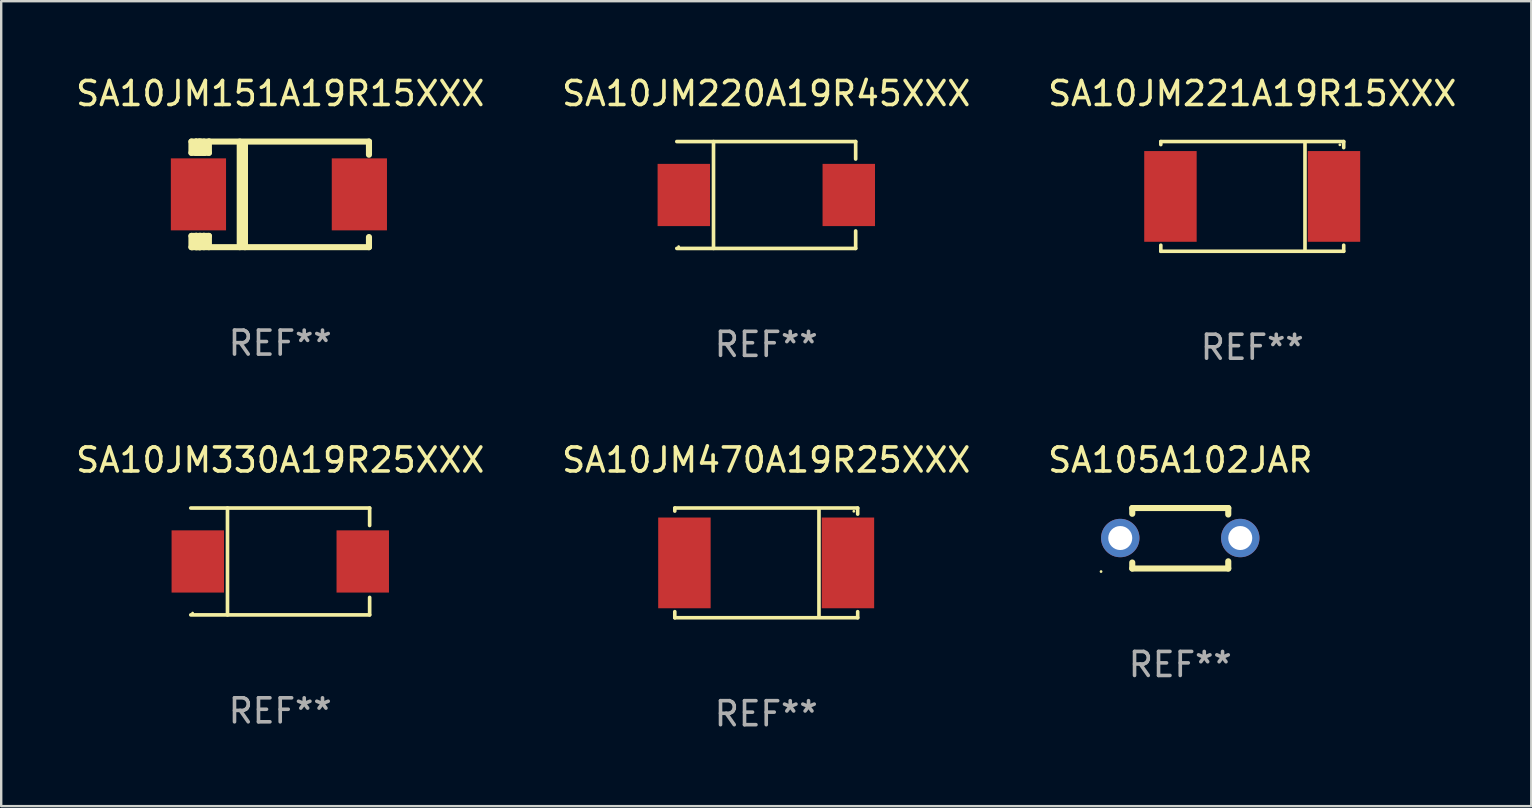
<source format=kicad_pcb>
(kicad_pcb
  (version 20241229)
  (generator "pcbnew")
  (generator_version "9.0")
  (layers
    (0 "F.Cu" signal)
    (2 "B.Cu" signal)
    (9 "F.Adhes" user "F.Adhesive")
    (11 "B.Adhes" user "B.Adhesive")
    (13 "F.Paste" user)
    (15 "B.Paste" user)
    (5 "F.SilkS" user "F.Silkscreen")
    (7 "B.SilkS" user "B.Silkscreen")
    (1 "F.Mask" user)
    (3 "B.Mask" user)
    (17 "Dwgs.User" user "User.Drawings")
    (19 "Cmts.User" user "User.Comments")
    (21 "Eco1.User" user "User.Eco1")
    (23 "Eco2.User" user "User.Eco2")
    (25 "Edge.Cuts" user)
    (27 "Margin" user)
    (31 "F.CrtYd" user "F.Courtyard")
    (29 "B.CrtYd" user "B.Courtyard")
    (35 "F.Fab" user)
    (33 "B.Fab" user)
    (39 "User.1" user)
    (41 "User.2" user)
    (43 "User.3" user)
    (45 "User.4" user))
  (footprint "SA10JM330A19R25XXX"
    (layer "F.Cu")
    (at 8.625 20.343)
    (property "Reference" "SA10JM330A19R25XXX" (at 0 -4.226 0) (layer "F.SilkS") (effects (font (size 1 1) (thickness 0.15))))
    (attr through_hole)
    (fp_line (start -3.726 -2.226) (end 3.726 -2.226) (stroke (width 0.152) (type solid)) (layer "F.SilkS"))
    (fp_line (start -3.726 2.226) (end 3.726 2.226) (stroke (width 0.152) (type solid)) (layer "F.SilkS"))
    (fp_line (start -2.197 -2.226) (end -2.197 2.226) (stroke (width 0.152) (type solid)) (layer "F.SilkS"))
    (fp_line (start 3.726 -2.226) (end 3.726 -1.499) (stroke (width 0.152) (type solid)) (layer "F.SilkS"))
    (fp_line (start 3.726 2.226) (end 3.726 1.499) (stroke (width 0.152) (type solid)) (layer "F.SilkS"))
    (fp_circle (center -3.65 2.15) (end -3.62 2.15) (stroke (width 0.06) (type solid)) (fill no) (layer "F.SilkS"))
    (fp_text user "REF**" (at 0 6.226 0) (layer "F.Fab") (effects (font (size 1 1) (thickness 0.15))))
    (pad "1" smd rect (at -3.434 0 180) (size 2.185 2.592) (layers "F.Cu" "F.Mask" "F.Paste"))
    (pad "2" smd rect (at 3.439 0 180) (size 2.185 2.592) (layers "F.Cu" "F.Mask" "F.Paste")))
  (footprint "SA105A102JAR"
    (layer "F.Cu")
    (at 46.125 19.377)
    (property "Reference" "SA105A102JAR" (at 0 -3.26 0) (layer "F.SilkS") (effects (font (size 1 1) (thickness 0.15))))
    (attr through_hole)
    (fp_line (start -2 -1.26) (end -2 -1.02) (stroke (width 0.254) (type solid)) (layer "F.SilkS"))
    (fp_line (start -2 -1.26) (end 2 -1.26) (stroke (width 0.254) (type solid)) (layer "F.SilkS"))
    (fp_line (start -2 1.26) (end -2 1.01) (stroke (width 0.254) (type solid)) (layer "F.SilkS"))
    (fp_line (start 2 -1.26) (end 2 -0.99) (stroke (width 0.254) (type solid)) (layer "F.SilkS"))
    (fp_line (start 2 1.26) (end -2 1.26) (stroke (width 0.254) (type solid)) (layer "F.SilkS"))
    (fp_line (start 2 1.26) (end 2 0.96) (stroke (width 0.254) (type solid)) (layer "F.SilkS"))
    (fp_circle (center -3.3 1.387) (end -3.27 1.387) (stroke (width 0.06) (type solid)) (fill no) (layer "F.SilkS"))
    (fp_text user "REF**" (at 0 5.26 0) (layer "F.Fab") (effects (font (size 1 1) (thickness 0.15))))
    (pad "1" thru_hole circle (at -2.5 -0.01) (size 1.6 1.6) (drill 1) (layers "*.Cu" "*.Mask"))
    (pad "2" thru_hole circle (at 2.5 -0.01) (size 1.6 1.6) (drill 1) (layers "*.Cu" "*.Mask")))
  (footprint "SA10JM151A19R15XXX"
    (layer "F.Cu")
    (at 8.625 5.048)
    (property "Reference" "SA10JM151A19R15XXX" (at 0 -4.2 0) (layer "F.SilkS") (effects (font (size 1 1) (thickness 0.15))))
    (attr through_hole)
    (fp_line (start -3.698 -2.2) (end -3.502 -2.2) (stroke (width 0.254) (type solid)) (layer "F.SilkS"))
    (fp_line (start -3.698 -1.731) (end -3.698 -2.2) (stroke (width 0.254) (type solid)) (layer "F.SilkS"))
    (fp_line (start -3.698 -1.731) (end -3.502 -1.731) (stroke (width 0.254) (type solid)) (layer "F.SilkS"))
    (fp_line (start -3.698 1.731) (end -3.502 1.731) (stroke (width 0.254) (type solid)) (layer "F.SilkS"))
    (fp_line (start -3.698 2.2) (end -3.698 1.731) (stroke (width 0.254) (type solid)) (layer "F.SilkS"))
    (fp_line (start -3.66 2.2) (end -3.698 2.2) (stroke (width 0.254) (type solid)) (layer "F.SilkS"))
    (fp_line (start -3.66 2.2) (end -3.346 2.2) (stroke (width 0.254) (type solid)) (layer "F.SilkS"))
    (fp_line (start -3.502 -2.2) (end 3.698 -2.2) (stroke (width 0.254) (type solid)) (layer "F.SilkS"))
    (fp_line (start -3.502 -1.731) (end -3.502 -2.2) (stroke (width 0.254) (type solid)) (layer "F.SilkS"))
    (fp_line (start -3.502 1.731) (end -3.502 1.778) (stroke (width 0.254) (type solid)) (layer "F.SilkS"))
    (fp_line (start -3.502 1.731) (end -3.178 1.731) (stroke (width 0.254) (type solid)) (layer "F.SilkS"))
    (fp_line (start -3.502 1.778) (end -3.502 1.731) (stroke (width 0.254) (type solid)) (layer "F.SilkS"))
    (fp_line (start -3.502 2.2) (end -3.502 1.778) (stroke (width 0.254) (type solid)) (layer "F.SilkS"))
    (fp_line (start -3.502 2.2) (end 3.698 2.2) (stroke (width 0.254) (type solid)) (layer "F.SilkS"))
    (fp_line (start -3.367 -2.2) (end -3.367 -1.731) (stroke (width 0.254) (type solid)) (layer "F.SilkS"))
    (fp_line (start -3.346 1.731) (end -3.346 2.2) (stroke (width 0.254) (type solid)) (layer "F.SilkS"))
    (fp_line (start -3.346 2.2) (end -3.346 2.2) (stroke (width 0.254) (type solid)) (layer "F.SilkS"))
    (fp_line (start -3.332 1.731) (end -3.346 1.731) (stroke (width 0.254) (type solid)) (layer "F.SilkS"))
    (fp_line (start -3.303 -2.2) (end -3.367 -2.2) (stroke (width 0.254) (type solid)) (layer "F.SilkS"))
    (fp_line (start -3.179 -1.731) (end -3.179 -1.731) (stroke (width 0.254) (type solid)) (layer "F.SilkS"))
    (fp_line (start -3.179 1.731) (end -3.179 2.2) (stroke (width 0.254) (type solid)) (layer "F.SilkS"))
    (fp_line (start -3.178 -1.731) (end -3.502 -1.731) (stroke (width 0.254) (type solid)) (layer "F.SilkS"))
    (fp_line (start -3.178 -1.731) (end -3.179 -1.731) (stroke (width 0.254) (type solid)) (layer "F.SilkS"))
    (fp_line (start -3.178 -1.731) (end -3.178 -2.2) (stroke (width 0.254) (type solid)) (layer "F.SilkS"))
    (fp_line (start -3.178 1.731) (end -3.178 1.731) (stroke (width 0.254) (type solid)) (layer "F.SilkS"))
    (fp_line (start -2.972 -2.2) (end -2.972 -1.731) (stroke (width 0.254) (type solid)) (layer "F.SilkS"))
    (fp_line (start -2.972 -1.731) (end -3.502 -1.731) (stroke (width 0.254) (type solid)) (layer "F.SilkS"))
    (fp_line (start -2.972 1.731) (end -3.179 1.731) (stroke (width 0.254) (type solid)) (layer "F.SilkS"))
    (fp_line (start -2.972 1.731) (end -2.972 2.2) (stroke (width 0.254) (type solid)) (layer "F.SilkS"))
    (fp_line (start -2.957 -2.2) (end -2.972 -2.2) (stroke (width 0.254) (type solid)) (layer "F.SilkS"))
    (fp_line (start -1.686 -2.2) (end -1.686 2.2) (stroke (width 0.254) (type solid)) (layer "F.SilkS"))
    (fp_line (start -1.469 -2.159) (end -1.469 2.2) (stroke (width 0.254) (type solid)) (layer "F.SilkS"))
    (fp_line (start -1.452 -2.159) (end -1.469 -2.159) (stroke (width 0.254) (type solid)) (layer "F.SilkS"))
    (fp_line (start 3.698 -2.2) (end 3.698 -1.651) (stroke (width 0.254) (type solid)) (layer "F.SilkS"))
    (fp_line (start 3.698 2.2) (end 3.698 1.778) (stroke (width 0.254) (type solid)) (layer "F.SilkS"))
    (fp_circle (center -3.552 2.15) (end -3.522 2.15) (stroke (width 0.06) (type solid)) (fill no) (layer "F.SilkS"))
    (fp_text user "REF**" (at 0 6.2 0) (layer "F.Fab") (effects (font (size 1 1) (thickness 0.15))))
    (pad "1" smd rect (at -3.407 0) (size 2.3 3) (layers "F.Cu" "F.Mask" "F.Paste"))
    (pad "2" smd rect (at 3.298 0) (size 2.3 3) (layers "F.Cu" "F.Mask" "F.Paste")))
  (footprint "SA10JM221A19R15XXX"
    (layer "F.Cu")
    (at 49.125 5.134)
    (property "Reference" "SA10JM221A19R15XXX" (at 0 -4.286 0) (layer "F.SilkS") (effects (font (size 1 1) (thickness 0.15))))
    (attr through_hole)
    (fp_line (start -3.81 -2.286) (end -3.81 -2.159) (stroke (width 0.15) (type solid)) (layer "F.SilkS"))
    (fp_line (start -3.81 2.032) (end -3.81 2.286) (stroke (width 0.15) (type solid)) (layer "F.SilkS"))
    (fp_line (start -3.81 2.286) (end 3.81 2.286) (stroke (width 0.15) (type solid)) (layer "F.SilkS"))
    (fp_line (start 2.197 -2.226) (end 2.197 2.226) (stroke (width 0.152) (type solid)) (layer "F.SilkS"))
    (fp_line (start 3.81 -2.286) (end -3.81 -2.286) (stroke (width 0.15) (type solid)) (layer "F.SilkS"))
    (fp_line (start 3.81 -2.032) (end 3.81 -2.286) (stroke (width 0.15) (type solid)) (layer "F.SilkS"))
    (fp_line (start 3.81 2.286) (end 3.81 2.032) (stroke (width 0.15) (type solid)) (layer "F.SilkS"))
    (fp_circle (center 3.65 -2.15) (end 3.68 -2.15) (stroke (width 0.06) (type solid)) (fill no) (layer "F.SilkS"))
    (fp_text user "REF**" (at 0 6.286 0) (layer "F.Fab") (effects (font (size 1 1) (thickness 0.15))))
    (pad "1" smd rect (at 3.404 0 180) (size 2.185 3.78) (layers "F.Cu" "F.Mask" "F.Paste"))
    (pad "2" smd rect (at -3.409 0 180) (size 2.185 3.78) (layers "F.Cu" "F.Mask" "F.Paste")))
  (footprint "SA10JM470A19R25XXX"
    (layer "F.Cu")
    (at 28.875 20.403)
    (property "Reference" "SA10JM470A19R25XXX" (at 0 -4.286 0) (layer "F.SilkS") (effects (font (size 1 1) (thickness 0.15))))
    (attr through_hole)
    (fp_line (start -3.81 -2.286) (end -3.81 -2.159) (stroke (width 0.15) (type solid)) (layer "F.SilkS"))
    (fp_line (start -3.81 2.032) (end -3.81 2.286) (stroke (width 0.15) (type solid)) (layer "F.SilkS"))
    (fp_line (start -3.81 2.286) (end 3.81 2.286) (stroke (width 0.15) (type solid)) (layer "F.SilkS"))
    (fp_line (start 2.197 -2.226) (end 2.197 2.226) (stroke (width 0.152) (type solid)) (layer "F.SilkS"))
    (fp_line (start 3.81 -2.286) (end -3.81 -2.286) (stroke (width 0.15) (type solid)) (layer "F.SilkS"))
    (fp_line (start 3.81 -2.032) (end 3.81 -2.286) (stroke (width 0.15) (type solid)) (layer "F.SilkS"))
    (fp_line (start 3.81 2.286) (end 3.81 2.032) (stroke (width 0.15) (type solid)) (layer "F.SilkS"))
    (fp_circle (center 3.65 -2.15) (end 3.68 -2.15) (stroke (width 0.06) (type solid)) (fill no) (layer "F.SilkS"))
    (fp_text user "REF**" (at 0 6.286 0) (layer "F.Fab") (effects (font (size 1 1) (thickness 0.15))))
    (pad "1" smd rect (at 3.404 0 180) (size 2.185 3.78) (layers "F.Cu" "F.Mask" "F.Paste"))
    (pad "2" smd rect (at -3.409 0 180) (size 2.185 3.78) (layers "F.Cu" "F.Mask" "F.Paste")))
  (footprint "SA10JM220A19R45XXX"
    (layer "F.Cu")
    (at 28.875 5.074)
    (property "Reference" "SA10JM220A19R45XXX" (at 0 -4.226 0) (layer "F.SilkS") (effects (font (size 1 1) (thickness 0.15))))
    (attr through_hole)
    (fp_line (start -3.726 -2.226) (end 3.726 -2.226) (stroke (width 0.152) (type solid)) (layer "F.SilkS"))
    (fp_line (start -3.726 2.226) (end 3.726 2.226) (stroke (width 0.152) (type solid)) (layer "F.SilkS"))
    (fp_line (start -2.197 -2.226) (end -2.197 2.226) (stroke (width 0.152) (type solid)) (layer "F.SilkS"))
    (fp_line (start 3.726 -2.226) (end 3.726 -1.499) (stroke (width 0.152) (type solid)) (layer "F.SilkS"))
    (fp_line (start 3.726 2.226) (end 3.726 1.499) (stroke (width 0.152) (type solid)) (layer "F.SilkS"))
    (fp_circle (center -3.65 2.15) (end -3.62 2.15) (stroke (width 0.06) (type solid)) (fill no) (layer "F.SilkS"))
    (fp_text user "REF**" (at 0 6.226 0) (layer "F.Fab") (effects (font (size 1 1) (thickness 0.15))))
    (pad "1" smd rect (at -3.434 0 180) (size 2.185 2.592) (layers "F.Cu" "F.Mask" "F.Paste"))
    (pad "2" smd rect (at 3.439 0 180) (size 2.185 2.592) (layers "F.Cu" "F.Mask" "F.Paste")))
  (gr_rect
    (start -3 -3)
    (end 60.75 30.537)
    (stroke (width 0.1) (type default))
    (fill no)
    (layer "Edge.Cuts")))
</source>
